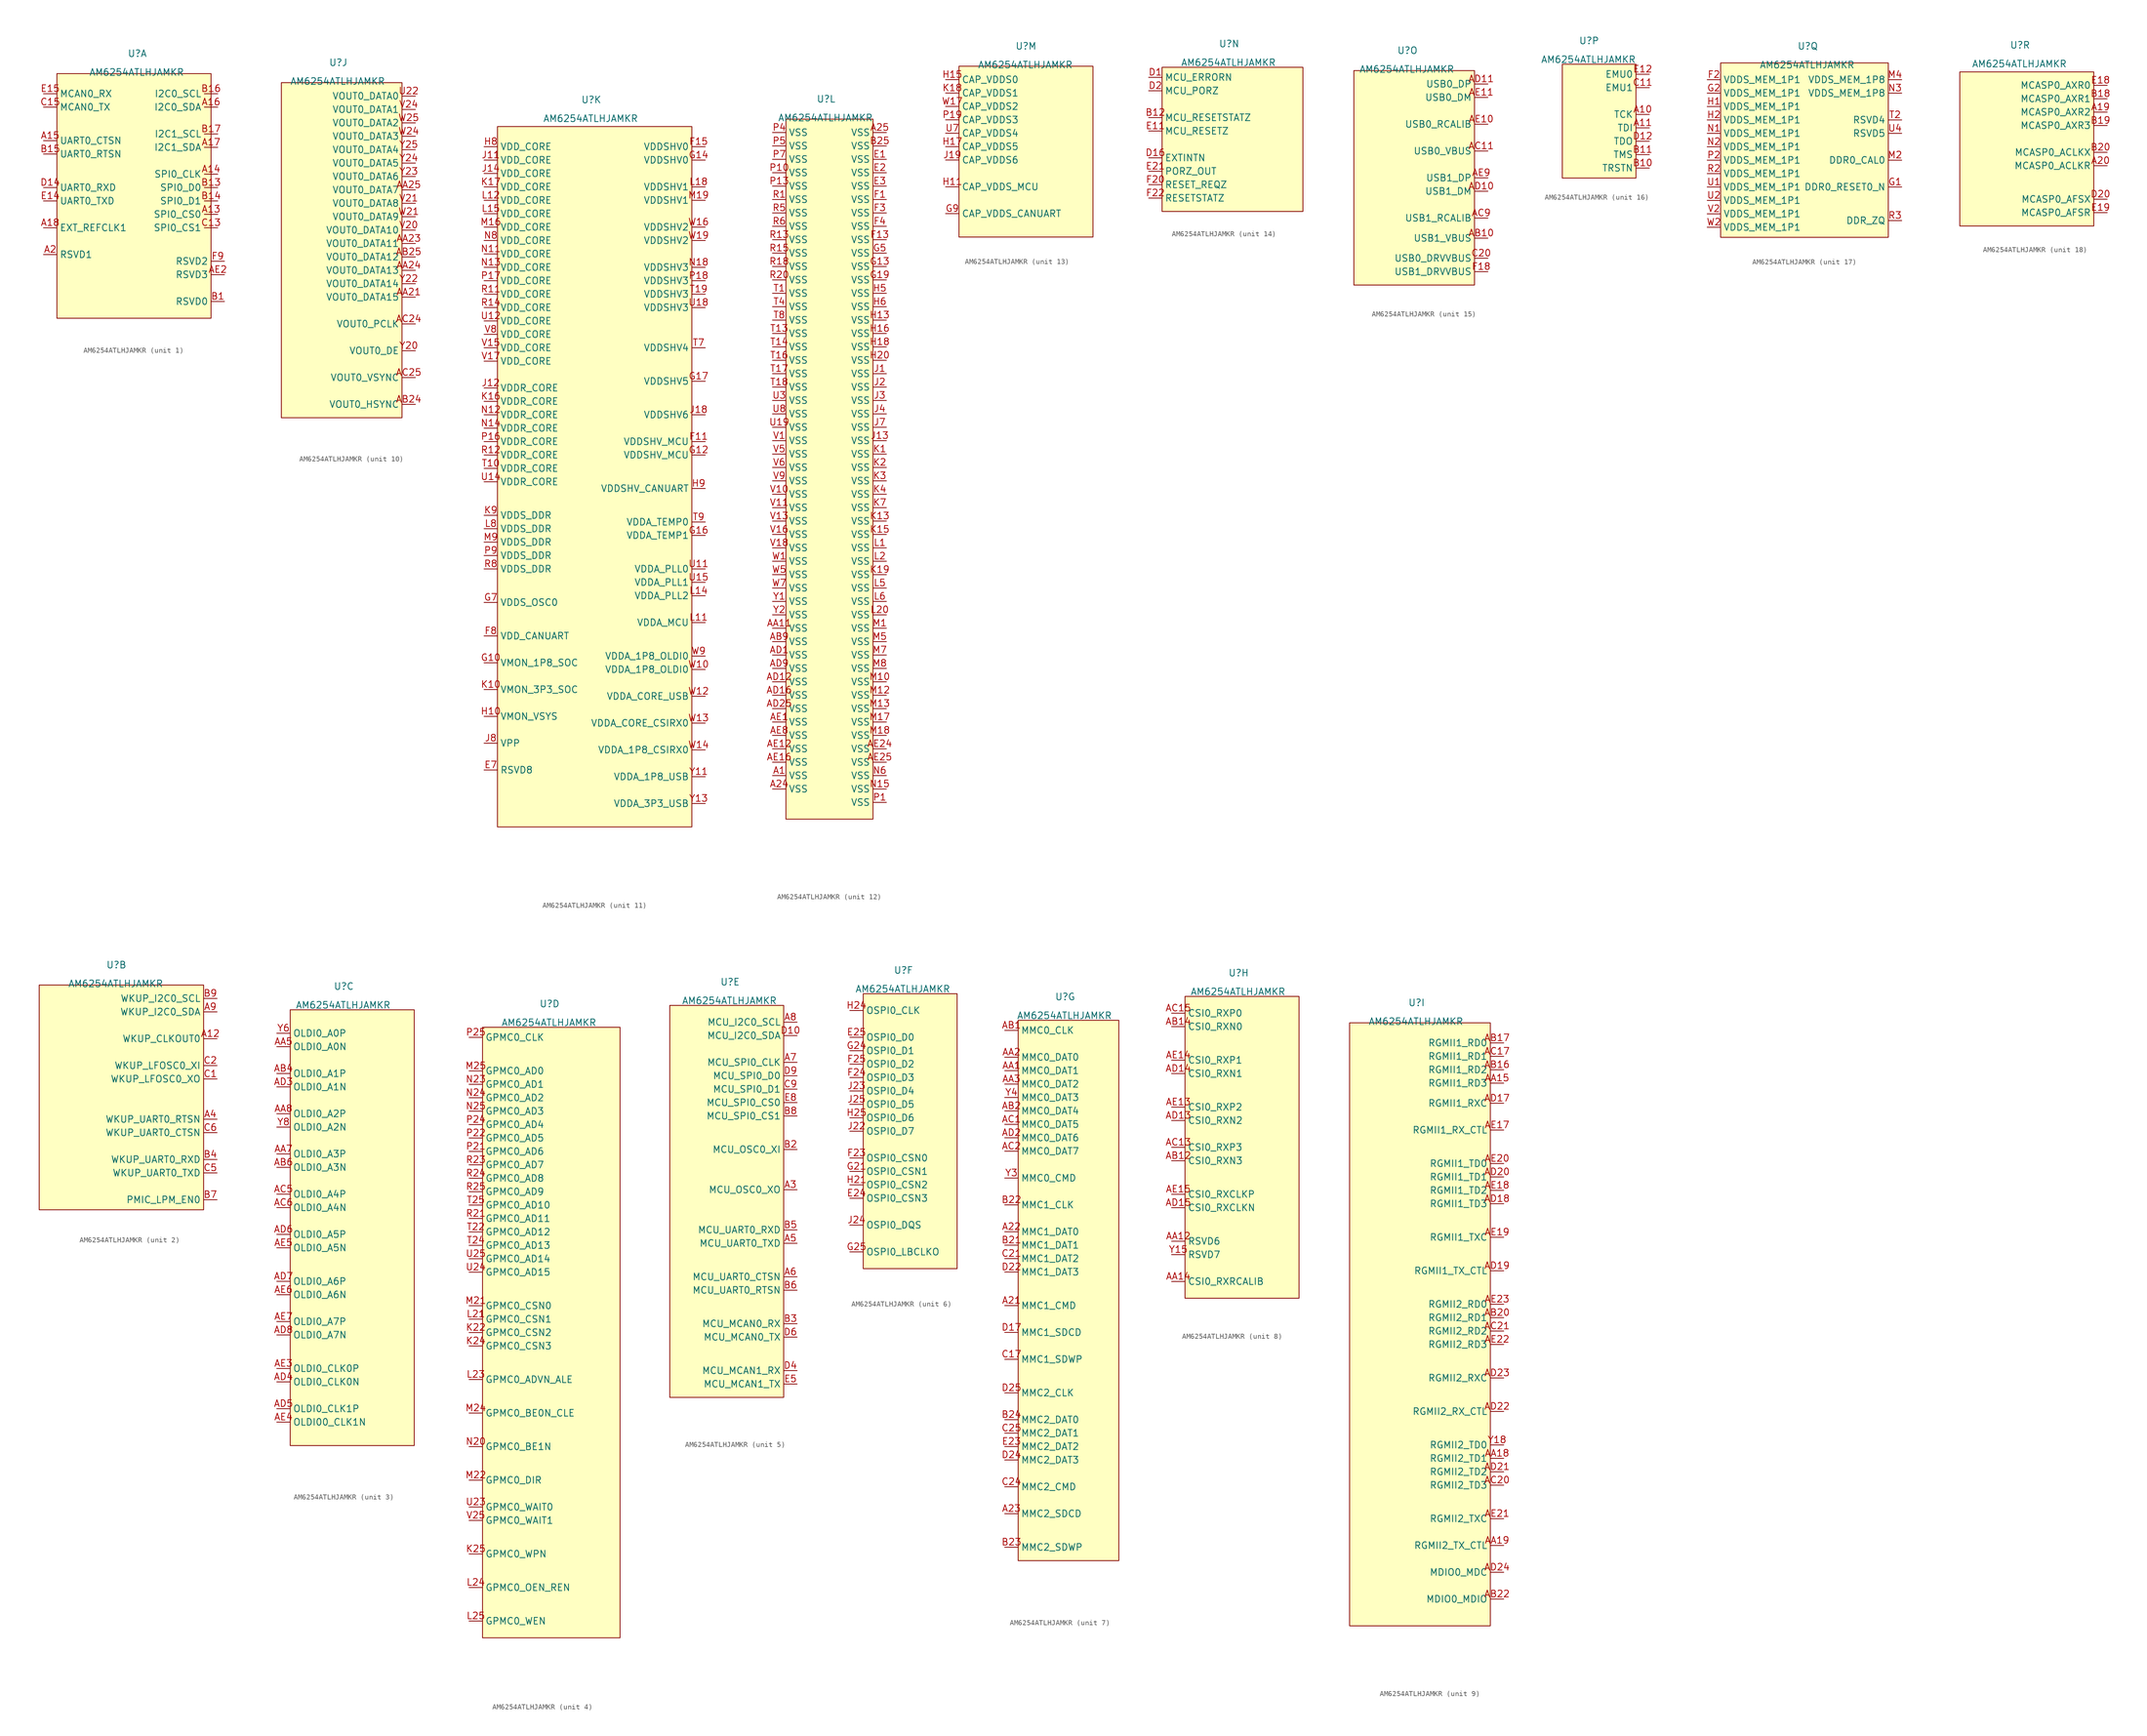
<source format=kicad_sym>
(kicad_symbol_lib
  (version 20241209)
  (generator "kicad_symbol_editor")
  (generator_version "9.0")
  (symbol "AM6254ATLHJAMKR"
    (property "Reference" "U"
      (at 0 0 0)
      (effects (font (size 1.27 1.27))))
    (property "Value" "AM6254ATLHJAMKR"
      (at -0.127 -3.556 0)
      (effects (font (size 1.27 1.27))))
    (property "ki_locked" ""
      (at 0 0 0)
      (effects (font (size 1.27 1.27))))
    (symbol "AM6254ATLHJAMKR_1_0"
      (pin passive line (at -17.78 -7.62 0) (length 2.54) (name "MCAN0_RX" (effects (font (size 1.27 1.27)))) (number "E15" (effects (font (size 1.27 1.27)))))
      (pin passive line (at -17.78 -10.16 0) (length 2.54) (name "MCAN0_TX" (effects (font (size 1.27 1.27)))) (number "C15" (effects (font (size 1.27 1.27)))))
      (pin passive line (at -17.78 -16.51 0) (length 2.54) (name "UART0_CTSN" (effects (font (size 1.27 1.27)))) (number "A15" (effects (font (size 1.27 1.27)))))
      (pin passive line (at -17.78 -19.05 0) (length 2.54) (name "UART0_RTSN" (effects (font (size 1.27 1.27)))) (number "B15" (effects (font (size 1.27 1.27)))))
      (pin passive line (at -17.78 -25.4 0) (length 2.54) (name "UART0_RXD" (effects (font (size 1.27 1.27)))) (number "D14" (effects (font (size 1.27 1.27)))))
      (pin passive line (at -17.78 -27.94 0) (length 2.54) (name "UART0_TXD" (effects (font (size 1.27 1.27)))) (number "E14" (effects (font (size 1.27 1.27)))))
      (pin passive line (at -17.78 -33.02 0) (length 2.54) (name "EXT_REFCLK1" (effects (font (size 1.27 1.27)))) (number "A18" (effects (font (size 1.27 1.27)))))
      (pin passive line (at -17.78 -38.1 0) (length 2.54) (name "RSVD1" (effects (font (size 1.27 1.27)))) (number "A2" (effects (font (size 1.27 1.27)))))
      (pin passive line (at 15.24 -7.62 180) (length 2.54) (name "I2C0_SCL" (effects (font (size 1.27 1.27)))) (number "B16" (effects (font (size 1.27 1.27)))))
      (pin passive line (at 15.24 -10.16 180) (length 2.54) (name "I2C0_SDA" (effects (font (size 1.27 1.27)))) (number "A16" (effects (font (size 1.27 1.27)))))
      (pin passive line (at 15.24 -15.24 180) (length 2.54) (name "I2C1_SCL" (effects (font (size 1.27 1.27)))) (number "B17" (effects (font (size 1.27 1.27)))))
      (pin passive line (at 15.24 -17.78 180) (length 2.54) (name "I2C1_SDA" (effects (font (size 1.27 1.27)))) (number "A17" (effects (font (size 1.27 1.27)))))
      (pin passive line (at 15.24 -22.86 180) (length 2.54) (name "SPI0_CLK" (effects (font (size 1.27 1.27)))) (number "A14" (effects (font (size 1.27 1.27)))))
      (pin passive line (at 15.24 -25.4 180) (length 2.54) (name "SPI0_D0" (effects (font (size 1.27 1.27)))) (number "B13" (effects (font (size 1.27 1.27)))))
      (pin passive line (at 15.24 -27.94 180) (length 2.54) (name "SPI0_D1" (effects (font (size 1.27 1.27)))) (number "B14" (effects (font (size 1.27 1.27)))))
      (pin passive line (at 15.24 -30.48 180) (length 2.54) (name "SPI0_CS0" (effects (font (size 1.27 1.27)))) (number "A13" (effects (font (size 1.27 1.27)))))
      (pin passive line (at 15.24 -33.02 180) (length 2.54) (name "SPI0_CS1" (effects (font (size 1.27 1.27)))) (number "C13" (effects (font (size 1.27 1.27)))))
      (pin passive line (at 16.51 -39.37 180) (length 2.54) (name "RSVD2" (effects (font (size 1.27 1.27)))) (number "F9" (effects (font (size 1.27 1.27)))))
      (pin passive line (at 16.51 -41.91 180) (length 2.54) (name "RSVD3" (effects (font (size 1.27 1.27)))) (number "AE2" (effects (font (size 1.27 1.27)))))
      (pin passive line (at 16.51 -46.99 180) (length 2.54) (name "RSVD0" (effects (font (size 1.27 1.27)))) (number "B1" (effects (font (size 1.27 1.27))))))
    (symbol "AM6254ATLHJAMKR_1_1"
      (rectangle (start -15.24 -3.81) (end 13.97 -50.165) (stroke (width 0) (type solid)) (fill (type background))))
    (symbol "AM6254ATLHJAMKR_2_0"
      (pin passive line (at 19.05 -6.35 180) (length 2.54) (name "WKUP_I2C0_SCL" (effects (font (size 1.27 1.27)))) (number "B9" (effects (font (size 1.27 1.27)))))
      (pin passive line (at 19.05 -8.89 180) (length 2.54) (name "WKUP_I2C0_SDA" (effects (font (size 1.27 1.27)))) (number "A9" (effects (font (size 1.27 1.27)))))
      (pin passive line (at 19.05 -13.97 180) (length 2.54) (name "WKUP_CLKOUT0" (effects (font (size 1.27 1.27)))) (number "A12" (effects (font (size 1.27 1.27)))))
      (pin passive line (at 19.05 -19.05 180) (length 2.54) (name "WKUP_LFOSC0_XI" (effects (font (size 1.27 1.27)))) (number "C2" (effects (font (size 1.27 1.27)))))
      (pin passive line (at 19.05 -21.59 180) (length 2.54) (name "WKUP_LFOSC0_XO" (effects (font (size 1.27 1.27)))) (number "C1" (effects (font (size 1.27 1.27)))))
      (pin passive line (at 19.05 -29.21 180) (length 2.54) (name "WKUP_UART0_RTSN" (effects (font (size 1.27 1.27)))) (number "A4" (effects (font (size 1.27 1.27)))))
      (pin passive line (at 19.05 -31.75 180) (length 2.54) (name "WKUP_UART0_CTSN" (effects (font (size 1.27 1.27)))) (number "C6" (effects (font (size 1.27 1.27)))))
      (pin passive line (at 19.05 -36.83 180) (length 2.54) (name "WKUP_UART0_RXD" (effects (font (size 1.27 1.27)))) (number "B4" (effects (font (size 1.27 1.27)))))
      (pin passive line (at 19.05 -39.37 180) (length 2.54) (name "WKUP_UART0_TXD" (effects (font (size 1.27 1.27)))) (number "C5" (effects (font (size 1.27 1.27)))))
      (pin passive line (at 19.05 -44.45 180) (length 2.54) (name "PMIC_LPM_EN0" (effects (font (size 1.27 1.27)))) (number "B7" (effects (font (size 1.27 1.27))))))
    (symbol "AM6254ATLHJAMKR_2_1"
      (rectangle (start -14.605 -3.81) (end 16.51 -46.355) (stroke (width 0) (type solid)) (fill (type background))))
    (symbol "AM6254ATLHJAMKR_3_0"
      (pin passive line (at -12.7 -8.89 0) (length 2.54) (name "OLDI0_A0P" (effects (font (size 1.27 1.27)))) (number "Y6" (effects (font (size 1.27 1.27)))))
      (pin passive line (at -12.7 -11.43 0) (length 2.54) (name "OLDI0_A0N" (effects (font (size 1.27 1.27)))) (number "AA5" (effects (font (size 1.27 1.27)))))
      (pin passive line (at -12.7 -16.51 0) (length 2.54) (name "OLDI0_A1P" (effects (font (size 1.27 1.27)))) (number "AB4" (effects (font (size 1.27 1.27)))))
      (pin passive line (at -12.7 -19.05 0) (length 2.54) (name "OLDI0_A1N" (effects (font (size 1.27 1.27)))) (number "AD3" (effects (font (size 1.27 1.27)))))
      (pin passive line (at -12.7 -24.13 0) (length 2.54) (name "OLDI0_A2P" (effects (font (size 1.27 1.27)))) (number "AA8" (effects (font (size 1.27 1.27)))))
      (pin passive line (at -12.7 -26.67 0) (length 2.54) (name "OLDI0_A2N" (effects (font (size 1.27 1.27)))) (number "Y8" (effects (font (size 1.27 1.27)))))
      (pin passive line (at -12.7 -31.75 0) (length 2.54) (name "OLDI0_A3P" (effects (font (size 1.27 1.27)))) (number "AA7" (effects (font (size 1.27 1.27)))))
      (pin passive line (at -12.7 -34.29 0) (length 2.54) (name "OLDI0_A3N" (effects (font (size 1.27 1.27)))) (number "AB6" (effects (font (size 1.27 1.27)))))
      (pin passive line (at -12.7 -39.37 0) (length 2.54) (name "OLDI0_A4P" (effects (font (size 1.27 1.27)))) (number "AC5" (effects (font (size 1.27 1.27)))))
      (pin passive line (at -12.7 -41.91 0) (length 2.54) (name "OLDI0_A4N" (effects (font (size 1.27 1.27)))) (number "AC6" (effects (font (size 1.27 1.27)))))
      (pin passive line (at -12.7 -46.99 0) (length 2.54) (name "OLDI0_A5P" (effects (font (size 1.27 1.27)))) (number "AD6" (effects (font (size 1.27 1.27)))))
      (pin passive line (at -12.7 -49.53 0) (length 2.54) (name "OLDI0_A5N" (effects (font (size 1.27 1.27)))) (number "AE5" (effects (font (size 1.27 1.27)))))
      (pin passive line (at -12.7 -55.88 0) (length 2.54) (name "OLDI0_A6P" (effects (font (size 1.27 1.27)))) (number "AD7" (effects (font (size 1.27 1.27)))))
      (pin passive line (at -12.7 -58.42 0) (length 2.54) (name "OLDI0_A6N" (effects (font (size 1.27 1.27)))) (number "AE6" (effects (font (size 1.27 1.27)))))
      (pin passive line (at -12.7 -63.5 0) (length 2.54) (name "OLDI0_A7P" (effects (font (size 1.27 1.27)))) (number "AE7" (effects (font (size 1.27 1.27)))))
      (pin passive line (at -12.7 -66.04 0) (length 2.54) (name "OLDI0_A7N" (effects (font (size 1.27 1.27)))) (number "AD8" (effects (font (size 1.27 1.27)))))
      (pin passive line (at -12.7 -72.39 0) (length 2.54) (name "OLDI0_CLK0P" (effects (font (size 1.27 1.27)))) (number "AE3" (effects (font (size 1.27 1.27)))))
      (pin passive line (at -12.7 -74.93 0) (length 2.54) (name "OLDI0_CLK0N" (effects (font (size 1.27 1.27)))) (number "AD4" (effects (font (size 1.27 1.27)))))
      (pin passive line (at -12.7 -80.01 0) (length 2.54) (name "OLDI0_CLK1P" (effects (font (size 1.27 1.27)))) (number "AD5" (effects (font (size 1.27 1.27)))))
      (pin passive line (at -12.7 -82.55 0) (length 2.54) (name "OLDI00_CLK1N" (effects (font (size 1.27 1.27)))) (number "AE4" (effects (font (size 1.27 1.27))))))
    (symbol "AM6254ATLHJAMKR_3_1"
      (rectangle (start -10.16 -4.445) (end 13.335 -86.995) (stroke (width 0) (type solid)) (fill (type background))))
    (symbol "AM6254ATLHJAMKR_4_0"
      (pin passive line (at -15.24 -6.35 0) (length 2.54) (name "GPMC0_CLK" (effects (font (size 1.27 1.27)))) (number "P25" (effects (font (size 1.27 1.27)))))
      (pin passive line (at -15.24 -12.7 0) (length 2.54) (name "GPMC0_AD0" (effects (font (size 1.27 1.27)))) (number "M25" (effects (font (size 1.27 1.27)))))
      (pin passive line (at -15.24 -15.24 0) (length 2.54) (name "GPMC0_AD1" (effects (font (size 1.27 1.27)))) (number "N23" (effects (font (size 1.27 1.27)))))
      (pin passive line (at -15.24 -17.78 0) (length 2.54) (name "GPMC0_AD2" (effects (font (size 1.27 1.27)))) (number "N24" (effects (font (size 1.27 1.27)))))
      (pin passive line (at -15.24 -20.32 0) (length 2.54) (name "GPMC0_AD3" (effects (font (size 1.27 1.27)))) (number "N25" (effects (font (size 1.27 1.27)))))
      (pin passive line (at -15.24 -22.86 0) (length 2.54) (name "GPMC0_AD4" (effects (font (size 1.27 1.27)))) (number "P24" (effects (font (size 1.27 1.27)))))
      (pin passive line (at -15.24 -25.4 0) (length 2.54) (name "GPMC0_AD5" (effects (font (size 1.27 1.27)))) (number "P22" (effects (font (size 1.27 1.27)))))
      (pin passive line (at -15.24 -27.94 0) (length 2.54) (name "GPMC0_AD6" (effects (font (size 1.27 1.27)))) (number "P21" (effects (font (size 1.27 1.27)))))
      (pin passive line (at -15.24 -30.48 0) (length 2.54) (name "GPMC0_AD7" (effects (font (size 1.27 1.27)))) (number "R23" (effects (font (size 1.27 1.27)))))
      (pin passive line (at -15.24 -33.02 0) (length 2.54) (name "GPMC0_AD8" (effects (font (size 1.27 1.27)))) (number "R24" (effects (font (size 1.27 1.27)))))
      (pin passive line (at -15.24 -35.56 0) (length 2.54) (name "GPMC0_AD9" (effects (font (size 1.27 1.27)))) (number "R25" (effects (font (size 1.27 1.27)))))
      (pin passive line (at -15.24 -38.1 0) (length 2.54) (name "GPMC0_AD10" (effects (font (size 1.27 1.27)))) (number "T25" (effects (font (size 1.27 1.27)))))
      (pin passive line (at -15.24 -40.64 0) (length 2.54) (name "GPMC0_AD11" (effects (font (size 1.27 1.27)))) (number "R21" (effects (font (size 1.27 1.27)))))
      (pin passive line (at -15.24 -43.18 0) (length 2.54) (name "GPMC0_AD12" (effects (font (size 1.27 1.27)))) (number "T22" (effects (font (size 1.27 1.27)))))
      (pin passive line (at -15.24 -45.72 0) (length 2.54) (name "GPMC0_AD13" (effects (font (size 1.27 1.27)))) (number "T24" (effects (font (size 1.27 1.27)))))
      (pin passive line (at -15.24 -48.26 0) (length 2.54) (name "GPMC0_AD14" (effects (font (size 1.27 1.27)))) (number "U25" (effects (font (size 1.27 1.27)))))
      (pin passive line (at -15.24 -50.8 0) (length 2.54) (name "GPMC0_AD15" (effects (font (size 1.27 1.27)))) (number "U24" (effects (font (size 1.27 1.27)))))
      (pin passive line (at -15.24 -57.15 0) (length 2.54) (name "GPMC0_CSN0" (effects (font (size 1.27 1.27)))) (number "M21" (effects (font (size 1.27 1.27)))))
      (pin passive line (at -15.24 -59.69 0) (length 2.54) (name "GPMC0_CSN1" (effects (font (size 1.27 1.27)))) (number "L21" (effects (font (size 1.27 1.27)))))
      (pin passive line (at -15.24 -62.23 0) (length 2.54) (name "GPMC0_CSN2" (effects (font (size 1.27 1.27)))) (number "K22" (effects (font (size 1.27 1.27)))))
      (pin passive line (at -15.24 -64.77 0) (length 2.54) (name "GPMC0_CSN3" (effects (font (size 1.27 1.27)))) (number "K24" (effects (font (size 1.27 1.27)))))
      (pin passive line (at -15.24 -71.12 0) (length 2.54) (name "GPMC0_ADVN_ALE" (effects (font (size 1.27 1.27)))) (number "L23" (effects (font (size 1.27 1.27)))))
      (pin passive line (at -15.24 -77.47 0) (length 2.54) (name "GPMC0_BE0N_CLE" (effects (font (size 1.27 1.27)))) (number "M24" (effects (font (size 1.27 1.27)))))
      (pin passive line (at -15.24 -83.82 0) (length 2.54) (name "GPMC0_BE1N" (effects (font (size 1.27 1.27)))) (number "N20" (effects (font (size 1.27 1.27)))))
      (pin passive line (at -15.24 -90.17 0) (length 2.54) (name "GPMC0_DIR" (effects (font (size 1.27 1.27)))) (number "M22" (effects (font (size 1.27 1.27)))))
      (pin passive line (at -15.24 -95.25 0) (length 2.54) (name "GPMC0_WAIT0" (effects (font (size 1.27 1.27)))) (number "U23" (effects (font (size 1.27 1.27)))))
      (pin passive line (at -15.24 -97.79 0) (length 2.54) (name "GPMC0_WAIT1" (effects (font (size 1.27 1.27)))) (number "V25" (effects (font (size 1.27 1.27)))))
      (pin passive line (at -15.24 -104.14 0) (length 2.54) (name "GPMC0_WPN" (effects (font (size 1.27 1.27)))) (number "K25" (effects (font (size 1.27 1.27)))))
      (pin passive line (at -15.24 -110.49 0) (length 2.54) (name "GPMC0_OEN_REN" (effects (font (size 1.27 1.27)))) (number "L24" (effects (font (size 1.27 1.27)))))
      (pin passive line (at -15.24 -116.84 0) (length 2.54) (name "GPMC0_WEN" (effects (font (size 1.27 1.27)))) (number "L25" (effects (font (size 1.27 1.27))))))
    (symbol "AM6254ATLHJAMKR_4_1"
      (rectangle (start -12.7 -4.445) (end 13.335 -120.015) (stroke (width 0) (type solid)) (fill (type background))))
    (symbol "AM6254ATLHJAMKR_5_0"
      (pin passive line (at 12.7 -7.62 180) (length 2.54) (name "MCU_I2C0_SCL" (effects (font (size 1.27 1.27)))) (number "A8" (effects (font (size 1.27 1.27)))))
      (pin passive line (at 12.7 -10.16 180) (length 2.54) (name "MCU_I2C0_SDA" (effects (font (size 1.27 1.27)))) (number "D10" (effects (font (size 1.27 1.27)))))
      (pin passive line (at 12.7 -15.24 180) (length 2.54) (name "MCU_SPI0_CLK" (effects (font (size 1.27 1.27)))) (number "A7" (effects (font (size 1.27 1.27)))))
      (pin passive line (at 12.7 -17.78 180) (length 2.54) (name "MCU_SPI0_D0" (effects (font (size 1.27 1.27)))) (number "D9" (effects (font (size 1.27 1.27)))))
      (pin passive line (at 12.7 -20.32 180) (length 2.54) (name "MCU_SPI0_D1" (effects (font (size 1.27 1.27)))) (number "C9" (effects (font (size 1.27 1.27)))))
      (pin passive line (at 12.7 -22.86 180) (length 2.54) (name "MCU_SPI0_CS0" (effects (font (size 1.27 1.27)))) (number "E8" (effects (font (size 1.27 1.27)))))
      (pin passive line (at 12.7 -25.4 180) (length 2.54) (name "MCU_SPI0_CS1" (effects (font (size 1.27 1.27)))) (number "B8" (effects (font (size 1.27 1.27)))))
      (pin passive line (at 12.7 -31.75 180) (length 2.54) (name "MCU_OSC0_XI" (effects (font (size 1.27 1.27)))) (number "B2" (effects (font (size 1.27 1.27)))))
      (pin passive line (at 12.7 -39.37 180) (length 2.54) (name "MCU_OSC0_XO" (effects (font (size 1.27 1.27)))) (number "A3" (effects (font (size 1.27 1.27)))))
      (pin passive line (at 12.7 -46.99 180) (length 2.54) (name "MCU_UART0_RXD" (effects (font (size 1.27 1.27)))) (number "B5" (effects (font (size 1.27 1.27)))))
      (pin passive line (at 12.7 -49.53 180) (length 2.54) (name "MCU_UART0_TXD" (effects (font (size 1.27 1.27)))) (number "A5" (effects (font (size 1.27 1.27)))))
      (pin passive line (at 12.7 -55.88 180) (length 2.54) (name "MCU_UART0_CTSN" (effects (font (size 1.27 1.27)))) (number "A6" (effects (font (size 1.27 1.27)))))
      (pin passive line (at 12.7 -58.42 180) (length 2.54) (name "MCU_UART0_RTSN" (effects (font (size 1.27 1.27)))) (number "B6" (effects (font (size 1.27 1.27)))))
      (pin passive line (at 12.7 -64.77 180) (length 2.54) (name "MCU_MCAN0_RX" (effects (font (size 1.27 1.27)))) (number "B3" (effects (font (size 1.27 1.27)))))
      (pin passive line (at 12.7 -67.31 180) (length 2.54) (name "MCU_MCAN0_TX" (effects (font (size 1.27 1.27)))) (number "D6" (effects (font (size 1.27 1.27)))))
      (pin passive line (at 12.7 -73.66 180) (length 2.54) (name "MCU_MCAN1_RX" (effects (font (size 1.27 1.27)))) (number "D4" (effects (font (size 1.27 1.27)))))
      (pin passive line (at 12.7 -76.2 180) (length 2.54) (name "MCU_MCAN1_TX" (effects (font (size 1.27 1.27)))) (number "E5" (effects (font (size 1.27 1.27))))))
    (symbol "AM6254ATLHJAMKR_5_1"
      (rectangle (start -11.43 -4.445) (end 10.16 -78.74) (stroke (width 0) (type solid)) (fill (type background))))
    (symbol "AM6254ATLHJAMKR_6_0"
      (pin passive line (at -10.16 -7.62 0) (length 2.54) (name "OSPI0_CLK" (effects (font (size 1.27 1.27)))) (number "H24" (effects (font (size 1.27 1.27)))))
      (pin passive line (at -10.16 -12.7 0) (length 2.54) (name "OSPI0_D0" (effects (font (size 1.27 1.27)))) (number "E25" (effects (font (size 1.27 1.27)))))
      (pin passive line (at -10.16 -15.24 0) (length 2.54) (name "OSPI0_D1" (effects (font (size 1.27 1.27)))) (number "G24" (effects (font (size 1.27 1.27)))))
      (pin passive line (at -10.16 -17.78 0) (length 2.54) (name "OSPI0_D2" (effects (font (size 1.27 1.27)))) (number "F25" (effects (font (size 1.27 1.27)))))
      (pin passive line (at -10.16 -20.32 0) (length 2.54) (name "OSPI0_D3" (effects (font (size 1.27 1.27)))) (number "F24" (effects (font (size 1.27 1.27)))))
      (pin passive line (at -10.16 -22.86 0) (length 2.54) (name "OSPI0_D4" (effects (font (size 1.27 1.27)))) (number "J23" (effects (font (size 1.27 1.27)))))
      (pin passive line (at -10.16 -25.4 0) (length 2.54) (name "OSPI0_D5" (effects (font (size 1.27 1.27)))) (number "J25" (effects (font (size 1.27 1.27)))))
      (pin passive line (at -10.16 -27.94 0) (length 2.54) (name "OSPI0_D6" (effects (font (size 1.27 1.27)))) (number "H25" (effects (font (size 1.27 1.27)))))
      (pin passive line (at -10.16 -30.48 0) (length 2.54) (name "OSPI0_D7" (effects (font (size 1.27 1.27)))) (number "J22" (effects (font (size 1.27 1.27)))))
      (pin passive line (at -10.16 -35.56 0) (length 2.54) (name "OSPI0_CSN0" (effects (font (size 1.27 1.27)))) (number "F23" (effects (font (size 1.27 1.27)))))
      (pin passive line (at -10.16 -38.1 0) (length 2.54) (name "OSPI0_CSN1" (effects (font (size 1.27 1.27)))) (number "G21" (effects (font (size 1.27 1.27)))))
      (pin passive line (at -10.16 -40.64 0) (length 2.54) (name "OSPI0_CSN2" (effects (font (size 1.27 1.27)))) (number "H21" (effects (font (size 1.27 1.27)))))
      (pin passive line (at -10.16 -43.18 0) (length 2.54) (name "OSPI0_CSN3" (effects (font (size 1.27 1.27)))) (number "E24" (effects (font (size 1.27 1.27)))))
      (pin passive line (at -10.16 -48.26 0) (length 2.54) (name "OSPI0_DQS" (effects (font (size 1.27 1.27)))) (number "J24" (effects (font (size 1.27 1.27)))))
      (pin passive line (at -10.16 -53.34 0) (length 2.54) (name "OSPI0_LBCLKO" (effects (font (size 1.27 1.27)))) (number "G25" (effects (font (size 1.27 1.27))))))
    (symbol "AM6254ATLHJAMKR_6_1"
      (rectangle (start -7.62 -4.445) (end 10.16 -56.515) (stroke (width 0) (type solid)) (fill (type background))))
    (symbol "AM6254ATLHJAMKR_7_0"
      (pin passive line (at -11.43 -6.35 0) (length 2.54) (name "MMC0_CLK" (effects (font (size 1.27 1.27)))) (number "AB1" (effects (font (size 1.27 1.27)))))
      (pin passive line (at -11.43 -11.43 0) (length 2.54) (name "MMC0_DAT0" (effects (font (size 1.27 1.27)))) (number "AA2" (effects (font (size 1.27 1.27)))))
      (pin passive line (at -11.43 -13.97 0) (length 2.54) (name "MMC0_DAT1" (effects (font (size 1.27 1.27)))) (number "AA1" (effects (font (size 1.27 1.27)))))
      (pin passive line (at -11.43 -16.51 0) (length 2.54) (name "MMC0_DAT2" (effects (font (size 1.27 1.27)))) (number "AA3" (effects (font (size 1.27 1.27)))))
      (pin passive line (at -11.43 -19.05 0) (length 2.54) (name "MMC0_DAT3" (effects (font (size 1.27 1.27)))) (number "Y4" (effects (font (size 1.27 1.27)))))
      (pin passive line (at -11.43 -21.59 0) (length 2.54) (name "MMC0_DAT4" (effects (font (size 1.27 1.27)))) (number "AB2" (effects (font (size 1.27 1.27)))))
      (pin passive line (at -11.43 -24.13 0) (length 2.54) (name "MMC0_DAT5" (effects (font (size 1.27 1.27)))) (number "AC1" (effects (font (size 1.27 1.27)))))
      (pin passive line (at -11.43 -26.67 0) (length 2.54) (name "MMC0_DAT6" (effects (font (size 1.27 1.27)))) (number "AD2" (effects (font (size 1.27 1.27)))))
      (pin passive line (at -11.43 -29.21 0) (length 2.54) (name "MMC0_DAT7" (effects (font (size 1.27 1.27)))) (number "AC2" (effects (font (size 1.27 1.27)))))
      (pin passive line (at -11.43 -34.29 0) (length 2.54) (name "MMC0_CMD" (effects (font (size 1.27 1.27)))) (number "Y3" (effects (font (size 1.27 1.27)))))
      (pin passive line (at -11.43 -39.37 0) (length 2.54) (name "MMC1_CLK" (effects (font (size 1.27 1.27)))) (number "B22" (effects (font (size 1.27 1.27)))))
      (pin passive line (at -11.43 -44.45 0) (length 2.54) (name "MMC1_DAT0" (effects (font (size 1.27 1.27)))) (number "A22" (effects (font (size 1.27 1.27)))))
      (pin passive line (at -11.43 -46.99 0) (length 2.54) (name "MMC1_DAT1" (effects (font (size 1.27 1.27)))) (number "B21" (effects (font (size 1.27 1.27)))))
      (pin passive line (at -11.43 -49.53 0) (length 2.54) (name "MMC1_DAT2" (effects (font (size 1.27 1.27)))) (number "C21" (effects (font (size 1.27 1.27)))))
      (pin passive line (at -11.43 -52.07 0) (length 2.54) (name "MMC1_DAT3" (effects (font (size 1.27 1.27)))) (number "D22" (effects (font (size 1.27 1.27)))))
      (pin passive line (at -11.43 -58.42 0) (length 2.54) (name "MMC1_CMD" (effects (font (size 1.27 1.27)))) (number "A21" (effects (font (size 1.27 1.27)))))
      (pin passive line (at -11.43 -63.5 0) (length 2.54) (name "MMC1_SDCD" (effects (font (size 1.27 1.27)))) (number "D17" (effects (font (size 1.27 1.27)))))
      (pin passive line (at -11.43 -68.58 0) (length 2.54) (name "MMC1_SDWP" (effects (font (size 1.27 1.27)))) (number "C17" (effects (font (size 1.27 1.27)))))
      (pin passive line (at -11.43 -74.93 0) (length 2.54) (name "MMC2_CLK" (effects (font (size 1.27 1.27)))) (number "D25" (effects (font (size 1.27 1.27)))))
      (pin passive line (at -11.43 -80.01 0) (length 2.54) (name "MMC2_DAT0" (effects (font (size 1.27 1.27)))) (number "B24" (effects (font (size 1.27 1.27)))))
      (pin passive line (at -11.43 -82.55 0) (length 2.54) (name "MMC2_DAT1" (effects (font (size 1.27 1.27)))) (number "C25" (effects (font (size 1.27 1.27)))))
      (pin passive line (at -11.43 -85.09 0) (length 2.54) (name "MMC2_DAT2" (effects (font (size 1.27 1.27)))) (number "E23" (effects (font (size 1.27 1.27)))))
      (pin passive line (at -11.43 -87.63 0) (length 2.54) (name "MMC2_DAT3" (effects (font (size 1.27 1.27)))) (number "D24" (effects (font (size 1.27 1.27)))))
      (pin passive line (at -11.43 -92.71 0) (length 2.54) (name "MMC2_CMD" (effects (font (size 1.27 1.27)))) (number "C24" (effects (font (size 1.27 1.27)))))
      (pin passive line (at -11.43 -97.79 0) (length 2.54) (name "MMC2_SDCD" (effects (font (size 1.27 1.27)))) (number "A23" (effects (font (size 1.27 1.27)))))
      (pin passive line (at -11.43 -104.14 0) (length 2.54) (name "MMC2_SDWP" (effects (font (size 1.27 1.27)))) (number "B23" (effects (font (size 1.27 1.27))))))
    (symbol "AM6254ATLHJAMKR_7_1"
      (rectangle (start -8.89 -4.445) (end 10.16 -106.68) (stroke (width 0) (type solid)) (fill (type background))))
    (symbol "AM6254ATLHJAMKR_8_0"
      (pin passive line (at -12.7 -7.62 0) (length 2.54) (name "CSI0_RXP0" (effects (font (size 1.27 1.27)))) (number "AC15" (effects (font (size 1.27 1.27)))))
      (pin passive line (at -12.7 -10.16 0) (length 2.54) (name "CSI0_RXN0" (effects (font (size 1.27 1.27)))) (number "AB14" (effects (font (size 1.27 1.27)))))
      (pin passive line (at -12.7 -16.51 0) (length 2.54) (name "CSI0_RXP1" (effects (font (size 1.27 1.27)))) (number "AE14" (effects (font (size 1.27 1.27)))))
      (pin passive line (at -12.7 -19.05 0) (length 2.54) (name "CSI0_RXN1" (effects (font (size 1.27 1.27)))) (number "AD14" (effects (font (size 1.27 1.27)))))
      (pin passive line (at -12.7 -25.4 0) (length 2.54) (name "CSI0_RXP2" (effects (font (size 1.27 1.27)))) (number "AE13" (effects (font (size 1.27 1.27)))))
      (pin passive line (at -12.7 -27.94 0) (length 2.54) (name "CSI0_RXN2" (effects (font (size 1.27 1.27)))) (number "AD13" (effects (font (size 1.27 1.27)))))
      (pin passive line (at -12.7 -33.02 0) (length 2.54) (name "CSI0_RXP3" (effects (font (size 1.27 1.27)))) (number "AC13" (effects (font (size 1.27 1.27)))))
      (pin passive line (at -12.7 -35.56 0) (length 2.54) (name "CSI0_RXN3" (effects (font (size 1.27 1.27)))) (number "AB12" (effects (font (size 1.27 1.27)))))
      (pin passive line (at -12.7 -41.91 0) (length 2.54) (name "CSI0_RXCLKP" (effects (font (size 1.27 1.27)))) (number "AE15" (effects (font (size 1.27 1.27)))))
      (pin passive line (at -12.7 -44.45 0) (length 2.54) (name "CSI0_RXCLKN" (effects (font (size 1.27 1.27)))) (number "AD15" (effects (font (size 1.27 1.27)))))
      (pin passive line (at -12.7 -50.8 0) (length 2.54) (name "RSVD6" (effects (font (size 1.27 1.27)))) (number "AA12" (effects (font (size 1.27 1.27)))))
      (pin passive line (at -12.7 -53.34 0) (length 2.54) (name "RSVD7" (effects (font (size 1.27 1.27)))) (number "Y15" (effects (font (size 1.27 1.27)))))
      (pin passive line (at -12.7 -58.42 0) (length 2.54) (name "CSI0_RXRCALIB" (effects (font (size 1.27 1.27)))) (number "AA14" (effects (font (size 1.27 1.27))))))
    (symbol "AM6254ATLHJAMKR_8_1"
      (rectangle (start -10.16 -4.445) (end 11.43 -61.595) (stroke (width 0) (type solid)) (fill (type background))))
    (symbol "AM6254ATLHJAMKR_9_0"
      (pin passive line (at 16.51 -7.62 180) (length 2.54) (name "RGMII1_RD0" (effects (font (size 1.27 1.27)))) (number "AB17" (effects (font (size 1.27 1.27)))))
      (pin passive line (at 16.51 -10.16 180) (length 2.54) (name "RGMII1_RD1" (effects (font (size 1.27 1.27)))) (number "AC17" (effects (font (size 1.27 1.27)))))
      (pin passive line (at 16.51 -12.7 180) (length 2.54) (name "RGMII1_RD2" (effects (font (size 1.27 1.27)))) (number "AB16" (effects (font (size 1.27 1.27)))))
      (pin passive line (at 16.51 -15.24 180) (length 2.54) (name "RGMII1_RD3" (effects (font (size 1.27 1.27)))) (number "AA15" (effects (font (size 1.27 1.27)))))
      (pin passive line (at 16.51 -19.05 180) (length 2.54) (name "RGMII1_RXC" (effects (font (size 1.27 1.27)))) (number "AD17" (effects (font (size 1.27 1.27)))))
      (pin passive line (at 16.51 -24.13 180) (length 2.54) (name "RGMII1_RX_CTL" (effects (font (size 1.27 1.27)))) (number "AE17" (effects (font (size 1.27 1.27)))))
      (pin passive line (at 16.51 -30.48 180) (length 2.54) (name "RGMII1_TD0" (effects (font (size 1.27 1.27)))) (number "AE20" (effects (font (size 1.27 1.27)))))
      (pin passive line (at 16.51 -33.02 180) (length 2.54) (name "RGMII1_TD1" (effects (font (size 1.27 1.27)))) (number "AD20" (effects (font (size 1.27 1.27)))))
      (pin passive line (at 16.51 -35.56 180) (length 2.54) (name "RGMII1_TD2" (effects (font (size 1.27 1.27)))) (number "AE18" (effects (font (size 1.27 1.27)))))
      (pin passive line (at 16.51 -38.1 180) (length 2.54) (name "RGMII1_TD3" (effects (font (size 1.27 1.27)))) (number "AD18" (effects (font (size 1.27 1.27)))))
      (pin passive line (at 16.51 -44.45 180) (length 2.54) (name "RGMII1_TXC" (effects (font (size 1.27 1.27)))) (number "AE19" (effects (font (size 1.27 1.27)))))
      (pin passive line (at 16.51 -50.8 180) (length 2.54) (name "RGMII1_TX_CTL" (effects (font (size 1.27 1.27)))) (number "AD19" (effects (font (size 1.27 1.27)))))
      (pin passive line (at 16.51 -57.15 180) (length 2.54) (name "RGMII2_RD0" (effects (font (size 1.27 1.27)))) (number "AE23" (effects (font (size 1.27 1.27)))))
      (pin passive line (at 16.51 -59.69 180) (length 2.54) (name "RGMII2_RD1" (effects (font (size 1.27 1.27)))) (number "AB20" (effects (font (size 1.27 1.27)))))
      (pin passive line (at 16.51 -62.23 180) (length 2.54) (name "RGMII2_RD2" (effects (font (size 1.27 1.27)))) (number "AC21" (effects (font (size 1.27 1.27)))))
      (pin passive line (at 16.51 -64.77 180) (length 2.54) (name "RGMII2_RD3" (effects (font (size 1.27 1.27)))) (number "AE22" (effects (font (size 1.27 1.27)))))
      (pin passive line (at 16.51 -71.12 180) (length 2.54) (name "RGMII2_RXC" (effects (font (size 1.27 1.27)))) (number "AD23" (effects (font (size 1.27 1.27)))))
      (pin passive line (at 16.51 -77.47 180) (length 2.54) (name "RGMII2_RX_CTL" (effects (font (size 1.27 1.27)))) (number "AD22" (effects (font (size 1.27 1.27)))))
      (pin passive line (at 16.51 -83.82 180) (length 2.54) (name "RGMII2_TD0" (effects (font (size 1.27 1.27)))) (number "Y18" (effects (font (size 1.27 1.27)))))
      (pin passive line (at 16.51 -86.36 180) (length 2.54) (name "RGMII2_TD1" (effects (font (size 1.27 1.27)))) (number "AA18" (effects (font (size 1.27 1.27)))))
      (pin passive line (at 16.51 -88.9 180) (length 2.54) (name "RGMII2_TD2" (effects (font (size 1.27 1.27)))) (number "AD21" (effects (font (size 1.27 1.27)))))
      (pin passive line (at 16.51 -91.44 180) (length 2.54) (name "RGMII2_TD3" (effects (font (size 1.27 1.27)))) (number "AC20" (effects (font (size 1.27 1.27)))))
      (pin passive line (at 16.51 -97.79 180) (length 2.54) (name "RGMII2_TXC" (effects (font (size 1.27 1.27)))) (number "AE21" (effects (font (size 1.27 1.27)))))
      (pin passive line (at 16.51 -102.87 180) (length 2.54) (name "RGMII2_TX_CTL" (effects (font (size 1.27 1.27)))) (number "AA19" (effects (font (size 1.27 1.27)))))
      (pin passive line (at 16.51 -107.95 180) (length 2.54) (name "MDIO0_MDC" (effects (font (size 1.27 1.27)))) (number "AD24" (effects (font (size 1.27 1.27)))))
      (pin passive line (at 16.51 -113.03 180) (length 2.54) (name "MDIO0_MDIO" (effects (font (size 1.27 1.27)))) (number "AB22" (effects (font (size 1.27 1.27))))))
    (symbol "AM6254ATLHJAMKR_9_1"
      (rectangle (start -12.7 -3.81) (end 13.97 -118.11) (stroke (width 0) (type solid)) (fill (type background))))
    (symbol "AM6254ATLHJAMKR_10_0"
      (pin passive line (at 14.605 -6.35 180) (length 2.54) (name "VOUT0_DATA0" (effects (font (size 1.27 1.27)))) (number "U22" (effects (font (size 1.27 1.27)))))
      (pin passive line (at 14.605 -8.89 180) (length 2.54) (name "VOUT0_DATA1" (effects (font (size 1.27 1.27)))) (number "V24" (effects (font (size 1.27 1.27)))))
      (pin passive line (at 14.605 -11.43 180) (length 2.54) (name "VOUT0_DATA2" (effects (font (size 1.27 1.27)))) (number "W25" (effects (font (size 1.27 1.27)))))
      (pin passive line (at 14.605 -13.97 180) (length 2.54) (name "VOUT0_DATA3" (effects (font (size 1.27 1.27)))) (number "W24" (effects (font (size 1.27 1.27)))))
      (pin passive line (at 14.605 -16.51 180) (length 2.54) (name "VOUT0_DATA4" (effects (font (size 1.27 1.27)))) (number "Y25" (effects (font (size 1.27 1.27)))))
      (pin passive line (at 14.605 -19.05 180) (length 2.54) (name "VOUT0_DATA5" (effects (font (size 1.27 1.27)))) (number "Y24" (effects (font (size 1.27 1.27)))))
      (pin passive line (at 14.605 -21.59 180) (length 2.54) (name "VOUT0_DATA6" (effects (font (size 1.27 1.27)))) (number "Y23" (effects (font (size 1.27 1.27)))))
      (pin passive line (at 14.605 -24.13 180) (length 2.54) (name "VOUT0_DATA7" (effects (font (size 1.27 1.27)))) (number "AA25" (effects (font (size 1.27 1.27)))))
      (pin passive line (at 14.605 -26.67 180) (length 2.54) (name "VOUT0_DATA8" (effects (font (size 1.27 1.27)))) (number "V21" (effects (font (size 1.27 1.27)))))
      (pin passive line (at 14.605 -29.21 180) (length 2.54) (name "VOUT0_DATA9" (effects (font (size 1.27 1.27)))) (number "W21" (effects (font (size 1.27 1.27)))))
      (pin passive line (at 14.605 -31.75 180) (length 2.54) (name "VOUT0_DATA10" (effects (font (size 1.27 1.27)))) (number "V20" (effects (font (size 1.27 1.27)))))
      (pin passive line (at 14.605 -34.29 180) (length 2.54) (name "VOUT0_DATA11" (effects (font (size 1.27 1.27)))) (number "AA23" (effects (font (size 1.27 1.27)))))
      (pin passive line (at 14.605 -36.83 180) (length 2.54) (name "VOUT0_DATA12" (effects (font (size 1.27 1.27)))) (number "AB25" (effects (font (size 1.27 1.27)))))
      (pin passive line (at 14.605 -39.37 180) (length 2.54) (name "VOUT0_DATA13" (effects (font (size 1.27 1.27)))) (number "AA24" (effects (font (size 1.27 1.27)))))
      (pin passive line (at 14.605 -41.91 180) (length 2.54) (name "VOUT0_DATA14" (effects (font (size 1.27 1.27)))) (number "Y22" (effects (font (size 1.27 1.27)))))
      (pin passive line (at 14.605 -44.45 180) (length 2.54) (name "VOUT0_DATA15" (effects (font (size 1.27 1.27)))) (number "AA21" (effects (font (size 1.27 1.27)))))
      (pin passive line (at 14.605 -49.53 180) (length 2.54) (name "VOUT0_PCLK" (effects (font (size 1.27 1.27)))) (number "AC24" (effects (font (size 1.27 1.27)))))
      (pin passive line (at 14.605 -54.61 180) (length 2.54) (name "VOUT0_DE" (effects (font (size 1.27 1.27)))) (number "Y20" (effects (font (size 1.27 1.27)))))
      (pin passive line (at 14.605 -59.69 180) (length 2.54) (name "VOUT0_VSYNC" (effects (font (size 1.27 1.27)))) (number "AC25" (effects (font (size 1.27 1.27)))))
      (pin passive line (at 14.605 -64.77 180) (length 2.54) (name "VOUT0_HSYNC" (effects (font (size 1.27 1.27)))) (number "AB24" (effects (font (size 1.27 1.27))))))
    (symbol "AM6254ATLHJAMKR_10_1"
      (rectangle (start -10.795 -3.81) (end 12.065 -67.31) (stroke (width 0) (type solid)) (fill (type background))))
    (symbol "AM6254ATLHJAMKR_11_0"
      (pin passive line (at -20.32 -8.89 0) (length 2.54) (name "VDD_CORE" (effects (font (size 1.27 1.27)))) (number "H8" (effects (font (size 1.27 1.27)))))
      (pin passive line (at -20.32 -11.43 0) (length 2.54) (name "VDD_CORE" (effects (font (size 1.27 1.27)))) (number "J11" (effects (font (size 1.27 1.27)))))
      (pin passive line (at -20.32 -13.97 0) (length 2.54) (name "VDD_CORE" (effects (font (size 1.27 1.27)))) (number "J14" (effects (font (size 1.27 1.27)))))
      (pin passive line (at -20.32 -16.51 0) (length 2.54) (name "VDD_CORE" (effects (font (size 1.27 1.27)))) (number "K17" (effects (font (size 1.27 1.27)))))
      (pin passive line (at -20.32 -19.05 0) (length 2.54) (name "VDD_CORE" (effects (font (size 1.27 1.27)))) (number "L12" (effects (font (size 1.27 1.27)))))
      (pin passive line (at -20.32 -21.59 0) (length 2.54) (name "VDD_CORE" (effects (font (size 1.27 1.27)))) (number "L15" (effects (font (size 1.27 1.27)))))
      (pin passive line (at -20.32 -24.13 0) (length 2.54) (name "VDD_CORE" (effects (font (size 1.27 1.27)))) (number "M16" (effects (font (size 1.27 1.27)))))
      (pin passive line (at -20.32 -26.67 0) (length 2.54) (name "VDD_CORE" (effects (font (size 1.27 1.27)))) (number "N8" (effects (font (size 1.27 1.27)))))
      (pin passive line (at -20.32 -29.21 0) (length 2.54) (name "VDD_CORE" (effects (font (size 1.27 1.27)))) (number "N11" (effects (font (size 1.27 1.27)))))
      (pin passive line (at -20.32 -31.75 0) (length 2.54) (name "VDD_CORE" (effects (font (size 1.27 1.27)))) (number "N13" (effects (font (size 1.27 1.27)))))
      (pin passive line (at -20.32 -34.29 0) (length 2.54) (name "VDD_CORE" (effects (font (size 1.27 1.27)))) (number "P17" (effects (font (size 1.27 1.27)))))
      (pin passive line (at -20.32 -39.37 0) (length 2.54) (name "VDD_CORE" (effects (font (size 1.27 1.27)))) (number "R14" (effects (font (size 1.27 1.27)))))
      (pin passive line (at -20.32 -41.91 0) (length 2.54) (name "VDD_CORE" (effects (font (size 1.27 1.27)))) (number "U12" (effects (font (size 1.27 1.27)))))
      (pin passive line (at -20.32 -44.45 0) (length 2.54) (name "VDD_CORE" (effects (font (size 1.27 1.27)))) (number "V8" (effects (font (size 1.27 1.27)))))
      (pin passive line (at -20.32 -46.99 0) (length 2.54) (name "VDD_CORE" (effects (font (size 1.27 1.27)))) (number "V15" (effects (font (size 1.27 1.27)))))
      (pin passive line (at -20.32 -49.53 0) (length 2.54) (name "VDD_CORE" (effects (font (size 1.27 1.27)))) (number "V17" (effects (font (size 1.27 1.27)))))
      (pin passive line (at -20.32 -54.61 0) (length 2.54) (name "VDDR_CORE" (effects (font (size 1.27 1.27)))) (number "J12" (effects (font (size 1.27 1.27)))))
      (pin passive line (at -20.32 -57.15 0) (length 2.54) (name "VDDR_CORE" (effects (font (size 1.27 1.27)))) (number "K16" (effects (font (size 1.27 1.27)))))
      (pin passive line (at -20.32 -59.69 0) (length 2.54) (name "VDDR_CORE" (effects (font (size 1.27 1.27)))) (number "N12" (effects (font (size 1.27 1.27)))))
      (pin passive line (at -20.32 -62.23 0) (length 2.54) (name "VDDR_CORE" (effects (font (size 1.27 1.27)))) (number "N14" (effects (font (size 1.27 1.27)))))
      (pin passive line (at -20.32 -64.77 0) (length 2.54) (name "VDDR_CORE" (effects (font (size 1.27 1.27)))) (number "P16" (effects (font (size 1.27 1.27)))))
      (pin passive line (at -20.32 -67.31 0) (length 2.54) (name "VDDR_CORE" (effects (font (size 1.27 1.27)))) (number "R12" (effects (font (size 1.27 1.27)))))
      (pin passive line (at -20.32 -69.85 0) (length 2.54) (name "VDDR_CORE" (effects (font (size 1.27 1.27)))) (number "T10" (effects (font (size 1.27 1.27)))))
      (pin passive line (at -20.32 -72.39 0) (length 2.54) (name "VDDR_CORE" (effects (font (size 1.27 1.27)))) (number "U14" (effects (font (size 1.27 1.27)))))
      (pin passive line (at -20.32 -78.74 0) (length 2.54) (name "VDDS_DDR" (effects (font (size 1.27 1.27)))) (number "K9" (effects (font (size 1.27 1.27)))))
      (pin passive line (at -20.32 -81.28 0) (length 2.54) (name "VDDS_DDR" (effects (font (size 1.27 1.27)))) (number "L8" (effects (font (size 1.27 1.27)))))
      (pin passive line (at -20.32 -83.82 0) (length 2.54) (name "VDDS_DDR" (effects (font (size 1.27 1.27)))) (number "M9" (effects (font (size 1.27 1.27)))))
      (pin passive line (at -20.32 -86.36 0) (length 2.54) (name "VDDS_DDR" (effects (font (size 1.27 1.27)))) (number "P9" (effects (font (size 1.27 1.27)))))
      (pin passive line (at -20.32 -88.9 0) (length 2.54) (name "VDDS_DDR" (effects (font (size 1.27 1.27)))) (number "R8" (effects (font (size 1.27 1.27)))))
      (pin passive line (at -20.32 -95.25 0) (length 2.54) (name "VDDS_OSC0" (effects (font (size 1.27 1.27)))) (number "G7" (effects (font (size 1.27 1.27)))))
      (pin passive line (at -20.32 -101.6 0) (length 2.54) (name "VDD_CANUART" (effects (font (size 1.27 1.27)))) (number "F8" (effects (font (size 1.27 1.27)))))
      (pin passive line (at -20.32 -106.68 0) (length 2.54) (name "VMON_1P8_SOC" (effects (font (size 1.27 1.27)))) (number "G10" (effects (font (size 1.27 1.27)))))
      (pin passive line (at -20.32 -111.76 0) (length 2.54) (name "VMON_3P3_SOC" (effects (font (size 1.27 1.27)))) (number "K10" (effects (font (size 1.27 1.27)))))
      (pin passive line (at -20.32 -116.84 0) (length 2.54) (name "VMON_VSYS" (effects (font (size 1.27 1.27)))) (number "H10" (effects (font (size 1.27 1.27)))))
      (pin passive line (at -20.32 -121.92 0) (length 2.54) (name "VPP" (effects (font (size 1.27 1.27)))) (number "J8" (effects (font (size 1.27 1.27)))))
      (pin passive line (at -20.32 -127 0) (length 2.54) (name "RSVD8" (effects (font (size 1.27 1.27)))) (number "E7" (effects (font (size 1.27 1.27)))))
      (pin passive line (at 21.59 -8.89 180) (length 2.54) (name "VDDSHV0" (effects (font (size 1.27 1.27)))) (number "F15" (effects (font (size 1.27 1.27)))))
      (pin passive line (at 21.59 -11.43 180) (length 2.54) (name "VDDSHV0" (effects (font (size 1.27 1.27)))) (number "G14" (effects (font (size 1.27 1.27)))))
      (pin passive line (at 21.59 -16.51 180) (length 2.54) (name "VDDSHV1" (effects (font (size 1.27 1.27)))) (number "L18" (effects (font (size 1.27 1.27)))))
      (pin passive line (at 21.59 -19.05 180) (length 2.54) (name "VDDSHV1" (effects (font (size 1.27 1.27)))) (number "M19" (effects (font (size 1.27 1.27)))))
      (pin passive line (at 21.59 -24.13 180) (length 2.54) (name "VDDSHV2" (effects (font (size 1.27 1.27)))) (number "W16" (effects (font (size 1.27 1.27)))))
      (pin passive line (at 21.59 -26.67 180) (length 2.54) (name "VDDSHV2" (effects (font (size 1.27 1.27)))) (number "W19" (effects (font (size 1.27 1.27)))))
      (pin passive line (at 21.59 -31.75 180) (length 2.54) (name "VDDSHV3" (effects (font (size 1.27 1.27)))) (number "N18" (effects (font (size 1.27 1.27)))))
      (pin passive line (at 21.59 -34.29 180) (length 2.54) (name "VDDSHV3" (effects (font (size 1.27 1.27)))) (number "P18" (effects (font (size 1.27 1.27)))))
      (pin passive line (at 21.59 -36.83 180) (length 2.54) (name "VDDSHV3" (effects (font (size 1.27 1.27)))) (number "T19" (effects (font (size 1.27 1.27)))))
      (pin passive line (at 21.59 -39.37 180) (length 2.54) (name "VDDSHV3" (effects (font (size 1.27 1.27)))) (number "U18" (effects (font (size 1.27 1.27)))))
      (pin passive line (at 21.59 -46.99 180) (length 2.54) (name "VDDSHV4" (effects (font (size 1.27 1.27)))) (number "T7" (effects (font (size 1.27 1.27)))))
      (pin passive line (at 21.59 -53.34 180) (length 2.54) (name "VDDSHV5" (effects (font (size 1.27 1.27)))) (number "G17" (effects (font (size 1.27 1.27)))))
      (pin passive line (at 21.59 -59.69 180) (length 2.54) (name "VDDSHV6" (effects (font (size 1.27 1.27)))) (number "J18" (effects (font (size 1.27 1.27)))))
      (pin passive line (at 21.59 -64.77 180) (length 2.54) (name "VDDSHV_MCU" (effects (font (size 1.27 1.27)))) (number "F11" (effects (font (size 1.27 1.27)))))
      (pin passive line (at 21.59 -67.31 180) (length 2.54) (name "VDDSHV_MCU" (effects (font (size 1.27 1.27)))) (number "G12" (effects (font (size 1.27 1.27)))))
      (pin passive line (at 21.59 -73.66 180) (length 2.54) (name "VDDSHV_CANUART" (effects (font (size 1.27 1.27)))) (number "H9" (effects (font (size 1.27 1.27)))))
      (pin passive line (at 21.59 -80.01 180) (length 2.54) (name "VDDA_TEMP0" (effects (font (size 1.27 1.27)))) (number "T9" (effects (font (size 1.27 1.27)))))
      (pin passive line (at 21.59 -82.55 180) (length 2.54) (name "VDDA_TEMP1" (effects (font (size 1.27 1.27)))) (number "G16" (effects (font (size 1.27 1.27)))))
      (pin passive line (at 21.59 -88.9 180) (length 2.54) (name "VDDA_PLL0" (effects (font (size 1.27 1.27)))) (number "U11" (effects (font (size 1.27 1.27)))))
      (pin passive line (at 21.59 -91.44 180) (length 2.54) (name "VDDA_PLL1" (effects (font (size 1.27 1.27)))) (number "U15" (effects (font (size 1.27 1.27)))))
      (pin passive line (at 21.59 -93.98 180) (length 2.54) (name "VDDA_PLL2" (effects (font (size 1.27 1.27)))) (number "L14" (effects (font (size 1.27 1.27)))))
      (pin passive line (at 21.59 -99.06 180) (length 2.54) (name "VDDA_MCU" (effects (font (size 1.27 1.27)))) (number "L11" (effects (font (size 1.27 1.27)))))
      (pin passive line (at 21.59 -105.41 180) (length 2.54) (name "VDDA_1P8_OLDI0" (effects (font (size 1.27 1.27)))) (number "W9" (effects (font (size 1.27 1.27)))))
      (pin passive line (at 21.59 -107.95 180) (length 2.54) (name "VDDA_1P8_OLDI0" (effects (font (size 1.27 1.27)))) (number "W10" (effects (font (size 1.27 1.27)))))
      (pin passive line (at 21.59 -113.03 180) (length 2.54) (name "VDDA_CORE_USB" (effects (font (size 1.27 1.27)))) (number "W12" (effects (font (size 1.27 1.27)))))
      (pin passive line (at 21.59 -118.11 180) (length 2.54) (name "VDDA_CORE_CSIRX0" (effects (font (size 1.27 1.27)))) (number "W13" (effects (font (size 1.27 1.27)))))
      (pin passive line (at 21.59 -123.19 180) (length 2.54) (name "VDDA_1P8_CSIRX0" (effects (font (size 1.27 1.27)))) (number "W14" (effects (font (size 1.27 1.27)))))
      (pin passive line (at 21.59 -128.27 180) (length 2.54) (name "VDDA_1P8_USB" (effects (font (size 1.27 1.27)))) (number "Y11" (effects (font (size 1.27 1.27)))))
      (pin passive line (at 21.59 -133.35 180) (length 2.54) (name "VDDA_3P3_USB" (effects (font (size 1.27 1.27)))) (number "Y13" (effects (font (size 1.27 1.27))))))
    (symbol "AM6254ATLHJAMKR_11_1"
      (rectangle (start -17.78 -5.08) (end 19.05 -137.795) (stroke (width 0) (type solid)) (fill (type background)))
      (pin passive line (at -20.32 -36.83 0) (length 2.54) (name "VDD_CORE" (effects (font (size 1.27 1.27)))) (number "R11" (effects (font (size 1.27 1.27))))))
    (symbol "AM6254ATLHJAMKR_12_0"
      (pin passive line (at -10.16 -6.35 0) (length 2.54) (name "VSS" (effects (font (size 1.27 1.27)))) (number "P4" (effects (font (size 1.27 1.27)))))
      (pin passive line (at -10.16 -8.89 0) (length 2.54) (name "VSS" (effects (font (size 1.27 1.27)))) (number "P5" (effects (font (size 1.27 1.27)))))
      (pin passive line (at -10.16 -11.43 0) (length 2.54) (name "VSS" (effects (font (size 1.27 1.27)))) (number "P7" (effects (font (size 1.27 1.27)))))
      (pin passive line (at -10.16 -13.97 0) (length 2.54) (name "VSS" (effects (font (size 1.27 1.27)))) (number "P10" (effects (font (size 1.27 1.27)))))
      (pin passive line (at -10.16 -16.51 0) (length 2.54) (name "VSS" (effects (font (size 1.27 1.27)))) (number "P13" (effects (font (size 1.27 1.27)))))
      (pin passive line (at -10.16 -19.05 0) (length 2.54) (name "VSS" (effects (font (size 1.27 1.27)))) (number "R1" (effects (font (size 1.27 1.27)))))
      (pin passive line (at -10.16 -21.59 0) (length 2.54) (name "VSS" (effects (font (size 1.27 1.27)))) (number "R5" (effects (font (size 1.27 1.27)))))
      (pin passive line (at -10.16 -24.13 0) (length 2.54) (name "VSS" (effects (font (size 1.27 1.27)))) (number "R6" (effects (font (size 1.27 1.27)))))
      (pin passive line (at -10.16 -26.67 0) (length 2.54) (name "VSS" (effects (font (size 1.27 1.27)))) (number "R13" (effects (font (size 1.27 1.27)))))
      (pin passive line (at -10.16 -29.21 0) (length 2.54) (name "VSS" (effects (font (size 1.27 1.27)))) (number "R15" (effects (font (size 1.27 1.27)))))
      (pin passive line (at -10.16 -31.75 0) (length 2.54) (name "VSS" (effects (font (size 1.27 1.27)))) (number "R18" (effects (font (size 1.27 1.27)))))
      (pin passive line (at -10.16 -34.29 0) (length 2.54) (name "VSS" (effects (font (size 1.27 1.27)))) (number "R20" (effects (font (size 1.27 1.27)))))
      (pin passive line (at -10.16 -36.83 0) (length 2.54) (name "VSS" (effects (font (size 1.27 1.27)))) (number "T1" (effects (font (size 1.27 1.27)))))
      (pin passive line (at -10.16 -39.37 0) (length 2.54) (name "VSS" (effects (font (size 1.27 1.27)))) (number "T4" (effects (font (size 1.27 1.27)))))
      (pin passive line (at -10.16 -41.91 0) (length 2.54) (name "VSS" (effects (font (size 1.27 1.27)))) (number "T8" (effects (font (size 1.27 1.27)))))
      (pin passive line (at -10.16 -44.45 0) (length 2.54) (name "VSS" (effects (font (size 1.27 1.27)))) (number "T13" (effects (font (size 1.27 1.27)))))
      (pin passive line (at -10.16 -46.99 0) (length 2.54) (name "VSS" (effects (font (size 1.27 1.27)))) (number "T14" (effects (font (size 1.27 1.27)))))
      (pin passive line (at -10.16 -49.53 0) (length 2.54) (name "VSS" (effects (font (size 1.27 1.27)))) (number "T16" (effects (font (size 1.27 1.27)))))
      (pin passive line (at -10.16 -52.07 0) (length 2.54) (name "VSS" (effects (font (size 1.27 1.27)))) (number "T17" (effects (font (size 1.27 1.27)))))
      (pin passive line (at -10.16 -54.61 0) (length 2.54) (name "VSS" (effects (font (size 1.27 1.27)))) (number "T18" (effects (font (size 1.27 1.27)))))
      (pin passive line (at -10.16 -57.15 0) (length 2.54) (name "VSS" (effects (font (size 1.27 1.27)))) (number "U3" (effects (font (size 1.27 1.27)))))
      (pin passive line (at -10.16 -59.69 0) (length 2.54) (name "VSS" (effects (font (size 1.27 1.27)))) (number "U8" (effects (font (size 1.27 1.27)))))
      (pin passive line (at -10.16 -62.23 0) (length 2.54) (name "VSS" (effects (font (size 1.27 1.27)))) (number "U19" (effects (font (size 1.27 1.27)))))
      (pin passive line (at -10.16 -64.77 0) (length 2.54) (name "VSS" (effects (font (size 1.27 1.27)))) (number "V1" (effects (font (size 1.27 1.27)))))
      (pin passive line (at -10.16 -67.31 0) (length 2.54) (name "VSS" (effects (font (size 1.27 1.27)))) (number "V5" (effects (font (size 1.27 1.27)))))
      (pin passive line (at -10.16 -69.85 0) (length 2.54) (name "VSS" (effects (font (size 1.27 1.27)))) (number "V6" (effects (font (size 1.27 1.27)))))
      (pin passive line (at -10.16 -72.39 0) (length 2.54) (name "VSS" (effects (font (size 1.27 1.27)))) (number "V9" (effects (font (size 1.27 1.27)))))
      (pin passive line (at -10.16 -74.93 0) (length 2.54) (name "VSS" (effects (font (size 1.27 1.27)))) (number "V10" (effects (font (size 1.27 1.27)))))
      (pin passive line (at -10.16 -77.47 0) (length 2.54) (name "VSS" (effects (font (size 1.27 1.27)))) (number "V11" (effects (font (size 1.27 1.27)))))
      (pin passive line (at -10.16 -80.01 0) (length 2.54) (name "VSS" (effects (font (size 1.27 1.27)))) (number "V13" (effects (font (size 1.27 1.27)))))
      (pin passive line (at -10.16 -82.55 0) (length 2.54) (name "VSS" (effects (font (size 1.27 1.27)))) (number "V16" (effects (font (size 1.27 1.27)))))
      (pin passive line (at -10.16 -85.09 0) (length 2.54) (name "VSS" (effects (font (size 1.27 1.27)))) (number "V18" (effects (font (size 1.27 1.27)))))
      (pin passive line (at -10.16 -87.63 0) (length 2.54) (name "VSS" (effects (font (size 1.27 1.27)))) (number "W1" (effects (font (size 1.27 1.27)))))
      (pin passive line (at -10.16 -90.17 0) (length 2.54) (name "VSS" (effects (font (size 1.27 1.27)))) (number "W5" (effects (font (size 1.27 1.27)))))
      (pin passive line (at -10.16 -92.71 0) (length 2.54) (name "VSS" (effects (font (size 1.27 1.27)))) (number "W7" (effects (font (size 1.27 1.27)))))
      (pin passive line (at -10.16 -95.25 0) (length 2.54) (name "VSS" (effects (font (size 1.27 1.27)))) (number "Y1" (effects (font (size 1.27 1.27)))))
      (pin passive line (at -10.16 -97.79 0) (length 2.54) (name "VSS" (effects (font (size 1.27 1.27)))) (number "Y2" (effects (font (size 1.27 1.27)))))
      (pin passive line (at -10.16 -100.33 0) (length 2.54) (name "VSS" (effects (font (size 1.27 1.27)))) (number "AA11" (effects (font (size 1.27 1.27)))))
      (pin passive line (at -10.16 -102.87 0) (length 2.54) (name "VSS" (effects (font (size 1.27 1.27)))) (number "AB9" (effects (font (size 1.27 1.27)))))
      (pin passive line (at -10.16 -105.41 0) (length 2.54) (name "VSS" (effects (font (size 1.27 1.27)))) (number "AD1" (effects (font (size 1.27 1.27)))))
      (pin passive line (at -10.16 -107.95 0) (length 2.54) (name "VSS" (effects (font (size 1.27 1.27)))) (number "AD9" (effects (font (size 1.27 1.27)))))
      (pin passive line (at -10.16 -110.49 0) (length 2.54) (name "VSS" (effects (font (size 1.27 1.27)))) (number "AD12" (effects (font (size 1.27 1.27)))))
      (pin passive line (at -10.16 -113.03 0) (length 2.54) (name "VSS" (effects (font (size 1.27 1.27)))) (number "AD16" (effects (font (size 1.27 1.27)))))
      (pin passive line (at -10.16 -115.57 0) (length 2.54) (name "VSS" (effects (font (size 1.27 1.27)))) (number "AD25" (effects (font (size 1.27 1.27)))))
      (pin passive line (at -10.16 -118.11 0) (length 2.54) (name "VSS" (effects (font (size 1.27 1.27)))) (number "AE1" (effects (font (size 1.27 1.27)))))
      (pin passive line (at -10.16 -120.65 0) (length 2.54) (name "VSS" (effects (font (size 1.27 1.27)))) (number "AE8" (effects (font (size 1.27 1.27)))))
      (pin passive line (at -10.16 -123.19 0) (length 2.54) (name "VSS" (effects (font (size 1.27 1.27)))) (number "AE12" (effects (font (size 1.27 1.27)))))
      (pin passive line (at -10.16 -125.73 0) (length 2.54) (name "VSS" (effects (font (size 1.27 1.27)))) (number "AE16" (effects (font (size 1.27 1.27)))))
      (pin passive line (at -10.16 -128.27 0) (length 2.54) (name "VSS" (effects (font (size 1.27 1.27)))) (number "A1" (effects (font (size 1.27 1.27)))))
      (pin passive line (at -10.16 -130.81 0) (length 2.54) (name "VSS" (effects (font (size 1.27 1.27)))) (number "A24" (effects (font (size 1.27 1.27)))))
      (pin passive line (at 11.43 -6.35 180) (length 2.54) (name "VSS" (effects (font (size 1.27 1.27)))) (number "A25" (effects (font (size 1.27 1.27)))))
      (pin passive line (at 11.43 -8.89 180) (length 2.54) (name "VSS" (effects (font (size 1.27 1.27)))) (number "B25" (effects (font (size 1.27 1.27)))))
      (pin passive line (at 11.43 -11.43 180) (length 2.54) (name "VSS" (effects (font (size 1.27 1.27)))) (number "E1" (effects (font (size 1.27 1.27)))))
      (pin passive line (at 11.43 -13.97 180) (length 2.54) (name "VSS" (effects (font (size 1.27 1.27)))) (number "E2" (effects (font (size 1.27 1.27)))))
      (pin passive line (at 11.43 -16.51 180) (length 2.54) (name "VSS" (effects (font (size 1.27 1.27)))) (number "E3" (effects (font (size 1.27 1.27)))))
      (pin passive line (at 11.43 -19.05 180) (length 2.54) (name "VSS" (effects (font (size 1.27 1.27)))) (number "F1" (effects (font (size 1.27 1.27)))))
      (pin passive line (at 11.43 -21.59 180) (length 2.54) (name "VSS" (effects (font (size 1.27 1.27)))) (number "F3" (effects (font (size 1.27 1.27)))))
      (pin passive line (at 11.43 -24.13 180) (length 2.54) (name "VSS" (effects (font (size 1.27 1.27)))) (number "F4" (effects (font (size 1.27 1.27)))))
      (pin passive line (at 11.43 -26.67 180) (length 2.54) (name "VSS" (effects (font (size 1.27 1.27)))) (number "F13" (effects (font (size 1.27 1.27)))))
      (pin passive line (at 11.43 -29.21 180) (length 2.54) (name "VSS" (effects (font (size 1.27 1.27)))) (number "G5" (effects (font (size 1.27 1.27)))))
      (pin passive line (at 11.43 -31.75 180) (length 2.54) (name "VSS" (effects (font (size 1.27 1.27)))) (number "G13" (effects (font (size 1.27 1.27)))))
      (pin passive line (at 11.43 -34.29 180) (length 2.54) (name "VSS" (effects (font (size 1.27 1.27)))) (number "G19" (effects (font (size 1.27 1.27)))))
      (pin passive line (at 11.43 -36.83 180) (length 2.54) (name "VSS" (effects (font (size 1.27 1.27)))) (number "H5" (effects (font (size 1.27 1.27)))))
      (pin passive line (at 11.43 -39.37 180) (length 2.54) (name "VSS" (effects (font (size 1.27 1.27)))) (number "H6" (effects (font (size 1.27 1.27)))))
      (pin passive line (at 11.43 -41.91 180) (length 2.54) (name "VSS" (effects (font (size 1.27 1.27)))) (number "H13" (effects (font (size 1.27 1.27)))))
      (pin passive line (at 11.43 -44.45 180) (length 2.54) (name "VSS" (effects (font (size 1.27 1.27)))) (number "H16" (effects (font (size 1.27 1.27)))))
      (pin passive line (at 11.43 -46.99 180) (length 2.54) (name "VSS" (effects (font (size 1.27 1.27)))) (number "H18" (effects (font (size 1.27 1.27)))))
      (pin passive line (at 11.43 -49.53 180) (length 2.54) (name "VSS" (effects (font (size 1.27 1.27)))) (number "H20" (effects (font (size 1.27 1.27)))))
      (pin passive line (at 11.43 -52.07 180) (length 2.54) (name "VSS" (effects (font (size 1.27 1.27)))) (number "J1" (effects (font (size 1.27 1.27)))))
      (pin passive line (at 11.43 -54.61 180) (length 2.54) (name "VSS" (effects (font (size 1.27 1.27)))) (number "J2" (effects (font (size 1.27 1.27)))))
      (pin passive line (at 11.43 -57.15 180) (length 2.54) (name "VSS" (effects (font (size 1.27 1.27)))) (number "J3" (effects (font (size 1.27 1.27)))))
      (pin passive line (at 11.43 -59.69 180) (length 2.54) (name "VSS" (effects (font (size 1.27 1.27)))) (number "J4" (effects (font (size 1.27 1.27)))))
      (pin passive line (at 11.43 -62.23 180) (length 2.54) (name "VSS" (effects (font (size 1.27 1.27)))) (number "J7" (effects (font (size 1.27 1.27)))))
      (pin passive line (at 11.43 -64.77 180) (length 2.54) (name "VSS" (effects (font (size 1.27 1.27)))) (number "J13" (effects (font (size 1.27 1.27)))))
      (pin passive line (at 11.43 -67.31 180) (length 2.54) (name "VSS" (effects (font (size 1.27 1.27)))) (number "K1" (effects (font (size 1.27 1.27)))))
      (pin passive line (at 11.43 -69.85 180) (length 2.54) (name "VSS" (effects (font (size 1.27 1.27)))) (number "K2" (effects (font (size 1.27 1.27)))))
      (pin passive line (at 11.43 -72.39 180) (length 2.54) (name "VSS" (effects (font (size 1.27 1.27)))) (number "K3" (effects (font (size 1.27 1.27)))))
      (pin passive line (at 11.43 -74.93 180) (length 2.54) (name "VSS" (effects (font (size 1.27 1.27)))) (number "K4" (effects (font (size 1.27 1.27)))))
      (pin passive line (at 11.43 -77.47 180) (length 2.54) (name "VSS" (effects (font (size 1.27 1.27)))) (number "K7" (effects (font (size 1.27 1.27)))))
      (pin passive line (at 11.43 -80.01 180) (length 2.54) (name "VSS" (effects (font (size 1.27 1.27)))) (number "K13" (effects (font (size 1.27 1.27)))))
      (pin passive line (at 11.43 -82.55 180) (length 2.54) (name "VSS" (effects (font (size 1.27 1.27)))) (number "K15" (effects (font (size 1.27 1.27)))))
      (pin passive line (at 11.43 -85.09 180) (length 2.54) (name "VSS" (effects (font (size 1.27 1.27)))) (number "L1" (effects (font (size 1.27 1.27)))))
      (pin passive line (at 11.43 -87.63 180) (length 2.54) (name "VSS" (effects (font (size 1.27 1.27)))) (number "L2" (effects (font (size 1.27 1.27)))))
      (pin passive line (at 11.43 -90.17 180) (length 2.54) (name "VSS" (effects (font (size 1.27 1.27)))) (number "K19" (effects (font (size 1.27 1.27)))))
      (pin passive line (at 11.43 -92.71 180) (length 2.54) (name "VSS" (effects (font (size 1.27 1.27)))) (number "L5" (effects (font (size 1.27 1.27)))))
      (pin passive line (at 11.43 -95.25 180) (length 2.54) (name "VSS" (effects (font (size 1.27 1.27)))) (number "L6" (effects (font (size 1.27 1.27)))))
      (pin passive line (at 11.43 -97.79 180) (length 2.54) (name "VSS" (effects (font (size 1.27 1.27)))) (number "L20" (effects (font (size 1.27 1.27)))))
      (pin passive line (at 11.43 -100.33 180) (length 2.54) (name "VSS" (effects (font (size 1.27 1.27)))) (number "M1" (effects (font (size 1.27 1.27)))))
      (pin passive line (at 11.43 -102.87 180) (length 2.54) (name "VSS" (effects (font (size 1.27 1.27)))) (number "M5" (effects (font (size 1.27 1.27)))))
      (pin passive line (at 11.43 -105.41 180) (length 2.54) (name "VSS" (effects (font (size 1.27 1.27)))) (number "M7" (effects (font (size 1.27 1.27)))))
      (pin passive line (at 11.43 -107.95 180) (length 2.54) (name "VSS" (effects (font (size 1.27 1.27)))) (number "M8" (effects (font (size 1.27 1.27)))))
      (pin passive line (at 11.43 -110.49 180) (length 2.54) (name "VSS" (effects (font (size 1.27 1.27)))) (number "M10" (effects (font (size 1.27 1.27)))))
      (pin passive line (at 11.43 -113.03 180) (length 2.54) (name "VSS" (effects (font (size 1.27 1.27)))) (number "M12" (effects (font (size 1.27 1.27)))))
      (pin passive line (at 11.43 -115.57 180) (length 2.54) (name "VSS" (effects (font (size 1.27 1.27)))) (number "M13" (effects (font (size 1.27 1.27)))))
      (pin passive line (at 11.43 -118.11 180) (length 2.54) (name "VSS" (effects (font (size 1.27 1.27)))) (number "M17" (effects (font (size 1.27 1.27)))))
      (pin passive line (at 11.43 -120.65 180) (length 2.54) (name "VSS" (effects (font (size 1.27 1.27)))) (number "M18" (effects (font (size 1.27 1.27)))))
      (pin passive line (at 11.43 -123.19 180) (length 2.54) (name "VSS" (effects (font (size 1.27 1.27)))) (number "AE24" (effects (font (size 1.27 1.27)))))
      (pin passive line (at 11.43 -125.73 180) (length 2.54) (name "VSS" (effects (font (size 1.27 1.27)))) (number "AE25" (effects (font (size 1.27 1.27)))))
      (pin passive line (at 11.43 -128.27 180) (length 2.54) (name "VSS" (effects (font (size 1.27 1.27)))) (number "N6" (effects (font (size 1.27 1.27)))))
      (pin passive line (at 11.43 -130.81 180) (length 2.54) (name "VSS" (effects (font (size 1.27 1.27)))) (number "N15" (effects (font (size 1.27 1.27)))))
      (pin passive line (at 11.43 -133.35 180) (length 2.54) (name "VSS" (effects (font (size 1.27 1.27)))) (number "P1" (effects (font (size 1.27 1.27))))))
    (symbol "AM6254ATLHJAMKR_12_1"
      (rectangle (start -7.62 -3.81) (end 8.89 -136.525) (stroke (width 0) (type solid)) (fill (type background))))
    (symbol "AM6254ATLHJAMKR_13_0"
      (pin passive line (at -15.24 -6.35 0) (length 2.54) (name "CAP_VDDS0" (effects (font (size 1.27 1.27)))) (number "H15" (effects (font (size 1.27 1.27)))))
      (pin passive line (at -15.24 -8.89 0) (length 2.54) (name "CAP_VDDS1" (effects (font (size 1.27 1.27)))) (number "K18" (effects (font (size 1.27 1.27)))))
      (pin passive line (at -15.24 -11.43 0) (length 2.54) (name "CAP_VDDS2" (effects (font (size 1.27 1.27)))) (number "W17" (effects (font (size 1.27 1.27)))))
      (pin passive line (at -15.24 -13.97 0) (length 2.54) (name "CAP_VDDS3" (effects (font (size 1.27 1.27)))) (number "P19" (effects (font (size 1.27 1.27)))))
      (pin passive line (at -15.24 -16.51 0) (length 2.54) (name "CAP_VDDS4" (effects (font (size 1.27 1.27)))) (number "U7" (effects (font (size 1.27 1.27)))))
      (pin passive line (at -15.24 -19.05 0) (length 2.54) (name "CAP_VDDS5" (effects (font (size 1.27 1.27)))) (number "H17" (effects (font (size 1.27 1.27)))))
      (pin passive line (at -15.24 -21.59 0) (length 2.54) (name "CAP_VDDS6" (effects (font (size 1.27 1.27)))) (number "J19" (effects (font (size 1.27 1.27)))))
      (pin passive line (at -15.24 -26.67 0) (length 2.54) (name "CAP_VDDS_MCU" (effects (font (size 1.27 1.27)))) (number "H11" (effects (font (size 1.27 1.27)))))
      (pin passive line (at -15.24 -31.75 0) (length 2.54) (name "CAP_VDDS_CANUART" (effects (font (size 1.27 1.27)))) (number "G9" (effects (font (size 1.27 1.27))))))
    (symbol "AM6254ATLHJAMKR_13_1"
      (rectangle (start -12.7 -3.81) (end 12.7 -36.195) (stroke (width 0) (type solid)) (fill (type background))))
    (symbol "AM6254ATLHJAMKR_14_0"
      (pin passive line (at -15.24 -6.35 0) (length 2.54) (name "MCU_ERRORN" (effects (font (size 1.27 1.27)))) (number "D1" (effects (font (size 1.27 1.27)))))
      (pin passive line (at -15.24 -8.89 0) (length 2.54) (name "MCU_PORZ" (effects (font (size 1.27 1.27)))) (number "D2" (effects (font (size 1.27 1.27)))))
      (pin passive line (at -15.24 -13.97 0) (length 2.54) (name "MCU_RESETSTATZ" (effects (font (size 1.27 1.27)))) (number "B12" (effects (font (size 1.27 1.27)))))
      (pin passive line (at -15.24 -21.59 0) (length 2.54) (name "EXTINTN" (effects (font (size 1.27 1.27)))) (number "D16" (effects (font (size 1.27 1.27)))))
      (pin passive line (at -15.24 -24.13 0) (length 2.54) (name "PORZ_OUT" (effects (font (size 1.27 1.27)))) (number "E21" (effects (font (size 1.27 1.27)))))
      (pin passive line (at -15.24 -26.67 0) (length 2.54) (name "RESET_REQZ" (effects (font (size 1.27 1.27)))) (number "F20" (effects (font (size 1.27 1.27)))))
      (pin passive line (at -15.24 -29.21 0) (length 2.54) (name "RESETSTATZ" (effects (font (size 1.27 1.27)))) (number "F22" (effects (font (size 1.27 1.27))))))
    (symbol "AM6254ATLHJAMKR_14_1"
      (rectangle (start -12.7 -4.445) (end 13.97 -31.75) (stroke (width 0) (type solid)) (fill (type background)))
      (pin passive line (at -15.24 -16.51 0) (length 2.54) (name "MCU_RESETZ" (effects (font (size 1.27 1.27)))) (number "E11" (effects (font (size 1.27 1.27))))))
    (symbol "AM6254ATLHJAMKR_15_0"
      (pin passive line (at 15.24 -6.35 180) (length 2.54) (name "USB0_DP" (effects (font (size 1.27 1.27)))) (number "AD11" (effects (font (size 1.27 1.27)))))
      (pin passive line (at 15.24 -8.89 180) (length 2.54) (name "USB0_DM" (effects (font (size 1.27 1.27)))) (number "AE11" (effects (font (size 1.27 1.27)))))
      (pin passive line (at 15.24 -13.97 180) (length 2.54) (name "USB0_RCALIB" (effects (font (size 1.27 1.27)))) (number "AE10" (effects (font (size 1.27 1.27)))))
      (pin passive line (at 15.24 -19.05 180) (length 2.54) (name "USB0_VBUS" (effects (font (size 1.27 1.27)))) (number "AC11" (effects (font (size 1.27 1.27)))))
      (pin passive line (at 15.24 -24.13 180) (length 2.54) (name "USB1_DP" (effects (font (size 1.27 1.27)))) (number "AE9" (effects (font (size 1.27 1.27)))))
      (pin passive line (at 15.24 -26.67 180) (length 2.54) (name "USB1_DM" (effects (font (size 1.27 1.27)))) (number "AD10" (effects (font (size 1.27 1.27)))))
      (pin passive line (at 15.24 -31.75 180) (length 2.54) (name "USB1_RCALIB" (effects (font (size 1.27 1.27)))) (number "AC9" (effects (font (size 1.27 1.27)))))
      (pin passive line (at 15.24 -35.56 180) (length 2.54) (name "USB1_VBUS" (effects (font (size 1.27 1.27)))) (number "AB10" (effects (font (size 1.27 1.27)))))
      (pin passive line (at 15.24 -39.37 180) (length 2.54) (name "USB0_DRVVBUS" (effects (font (size 1.27 1.27)))) (number "C20" (effects (font (size 1.27 1.27)))))
      (pin passive line (at 15.24 -41.91 180) (length 2.54) (name "USB1_DRVVBUS" (effects (font (size 1.27 1.27)))) (number "F18" (effects (font (size 1.27 1.27))))))
    (symbol "AM6254ATLHJAMKR_15_1"
      (rectangle (start -10.16 -3.81) (end 12.7 -44.45) (stroke (width 0) (type solid)) (fill (type background))))
    (symbol "AM6254ATLHJAMKR_16_0"
      (pin passive line (at 11.43 -6.35 180) (length 2.54) (name "EMU0" (effects (font (size 1.27 1.27)))) (number "E12" (effects (font (size 1.27 1.27)))))
      (pin passive line (at 11.43 -8.89 180) (length 2.54) (name "EMU1" (effects (font (size 1.27 1.27)))) (number "C11" (effects (font (size 1.27 1.27)))))
      (pin passive line (at 11.43 -13.97 180) (length 2.54) (name "TCK" (effects (font (size 1.27 1.27)))) (number "A10" (effects (font (size 1.27 1.27)))))
      (pin passive line (at 11.43 -16.51 180) (length 2.54) (name "TDI" (effects (font (size 1.27 1.27)))) (number "A11" (effects (font (size 1.27 1.27)))))
      (pin passive line (at 11.43 -19.05 180) (length 2.54) (name "TDO" (effects (font (size 1.27 1.27)))) (number "D12" (effects (font (size 1.27 1.27)))))
      (pin passive line (at 11.43 -21.59 180) (length 2.54) (name "TMS" (effects (font (size 1.27 1.27)))) (number "B11" (effects (font (size 1.27 1.27)))))
      (pin passive line (at 11.43 -24.13 180) (length 2.54) (name "TRSTN" (effects (font (size 1.27 1.27)))) (number "B10" (effects (font (size 1.27 1.27))))))
    (symbol "AM6254ATLHJAMKR_16_1"
      (rectangle (start -5.08 -4.445) (end 8.89 -26.035) (stroke (width 0) (type solid)) (fill (type background))))
    (symbol "AM6254ATLHJAMKR_17_0"
      (pin passive line (at -19.05 -6.35 0) (length 2.54) (name "VDDS_MEM_1P1" (effects (font (size 1.27 1.27)))) (number "F2" (effects (font (size 1.27 1.27)))))
      (pin passive line (at -19.05 -8.89 0) (length 2.54) (name "VDDS_MEM_1P1" (effects (font (size 1.27 1.27)))) (number "G2" (effects (font (size 1.27 1.27)))))
      (pin passive line (at -19.05 -11.43 0) (length 2.54) (name "VDDS_MEM_1P1" (effects (font (size 1.27 1.27)))) (number "H1" (effects (font (size 1.27 1.27)))))
      (pin passive line (at -19.05 -13.97 0) (length 2.54) (name "VDDS_MEM_1P1" (effects (font (size 1.27 1.27)))) (number "H2" (effects (font (size 1.27 1.27)))))
      (pin passive line (at -19.05 -16.51 0) (length 2.54) (name "VDDS_MEM_1P1" (effects (font (size 1.27 1.27)))) (number "N1" (effects (font (size 1.27 1.27)))))
      (pin passive line (at -19.05 -19.05 0) (length 2.54) (name "VDDS_MEM_1P1" (effects (font (size 1.27 1.27)))) (number "N2" (effects (font (size 1.27 1.27)))))
      (pin passive line (at -19.05 -21.59 0) (length 2.54) (name "VDDS_MEM_1P1" (effects (font (size 1.27 1.27)))) (number "P2" (effects (font (size 1.27 1.27)))))
      (pin passive line (at -19.05 -24.13 0) (length 2.54) (name "VDDS_MEM_1P1" (effects (font (size 1.27 1.27)))) (number "R2" (effects (font (size 1.27 1.27)))))
      (pin passive line (at -19.05 -26.67 0) (length 2.54) (name "VDDS_MEM_1P1" (effects (font (size 1.27 1.27)))) (number "U1" (effects (font (size 1.27 1.27)))))
      (pin passive line (at -19.05 -29.21 0) (length 2.54) (name "VDDS_MEM_1P1" (effects (font (size 1.27 1.27)))) (number "U2" (effects (font (size 1.27 1.27)))))
      (pin passive line (at -19.05 -31.75 0) (length 2.54) (name "VDDS_MEM_1P1" (effects (font (size 1.27 1.27)))) (number "V2" (effects (font (size 1.27 1.27)))))
      (pin passive line (at -19.05 -34.29 0) (length 2.54) (name "VDDS_MEM_1P1" (effects (font (size 1.27 1.27)))) (number "W2" (effects (font (size 1.27 1.27)))))
      (pin passive line (at 17.78 -6.35 180) (length 2.54) (name "VDDS_MEM_1P8" (effects (font (size 1.27 1.27)))) (number "M4" (effects (font (size 1.27 1.27)))))
      (pin passive line (at 17.78 -8.89 180) (length 2.54) (name "VDDS_MEM_1P8" (effects (font (size 1.27 1.27)))) (number "N3" (effects (font (size 1.27 1.27)))))
      (pin passive line (at 17.78 -13.97 180) (length 2.54) (name "RSVD4" (effects (font (size 1.27 1.27)))) (number "T2" (effects (font (size 1.27 1.27)))))
      (pin passive line (at 17.78 -16.51 180) (length 2.54) (name "RSVD5" (effects (font (size 1.27 1.27)))) (number "U4" (effects (font (size 1.27 1.27)))))
      (pin passive line (at 17.78 -21.59 180) (length 2.54) (name "DDR0_CAL0" (effects (font (size 1.27 1.27)))) (number "M2" (effects (font (size 1.27 1.27)))))
      (pin passive line (at 17.78 -26.67 180) (length 2.54) (name "DDR0_RESET0_N" (effects (font (size 1.27 1.27)))) (number "G1" (effects (font (size 1.27 1.27)))))
      (pin passive line (at 17.78 -33.02 180) (length 2.54) (name "DDR_ZQ" (effects (font (size 1.27 1.27)))) (number "R3" (effects (font (size 1.27 1.27))))))
    (symbol "AM6254ATLHJAMKR_17_1"
      (rectangle (start -16.51 -3.175) (end 15.24 -36.195) (stroke (width 0) (type solid)) (fill (type background))))
    (symbol "AM6254ATLHJAMKR_18_0"
      (pin passive line (at 16.51 -7.62 180) (length 2.54) (name "MCASP0_AXR0" (effects (font (size 1.27 1.27)))) (number "E18" (effects (font (size 1.27 1.27)))))
      (pin passive line (at 16.51 -10.16 180) (length 2.54) (name "MCASP0_AXR1" (effects (font (size 1.27 1.27)))) (number "B18" (effects (font (size 1.27 1.27)))))
      (pin passive line (at 16.51 -12.7 180) (length 2.54) (name "MCASP0_AXR2" (effects (font (size 1.27 1.27)))) (number "A19" (effects (font (size 1.27 1.27)))))
      (pin passive line (at 16.51 -15.24 180) (length 2.54) (name "MCASP0_AXR3" (effects (font (size 1.27 1.27)))) (number "B19" (effects (font (size 1.27 1.27)))))
      (pin passive line (at 16.51 -20.32 180) (length 2.54) (name "MCASP0_ACLKX" (effects (font (size 1.27 1.27)))) (number "B20" (effects (font (size 1.27 1.27)))))
      (pin passive line (at 16.51 -22.86 180) (length 2.54) (name "MCASP0_ACLKR" (effects (font (size 1.27 1.27)))) (number "A20" (effects (font (size 1.27 1.27)))))
      (pin passive line (at 16.51 -29.21 180) (length 2.54) (name "MCASP0_AFSX" (effects (font (size 1.27 1.27)))) (number "D20" (effects (font (size 1.27 1.27)))))
      (pin passive line (at 16.51 -31.75 180) (length 2.54) (name "MCASP0_AFSR" (effects (font (size 1.27 1.27)))) (number "E19" (effects (font (size 1.27 1.27))))))
    (symbol "AM6254ATLHJAMKR_18_1"
      (rectangle (start -11.43 -5.08) (end 13.97 -34.29) (stroke (width 0) (type solid)) (fill (type background))))))
</source>
